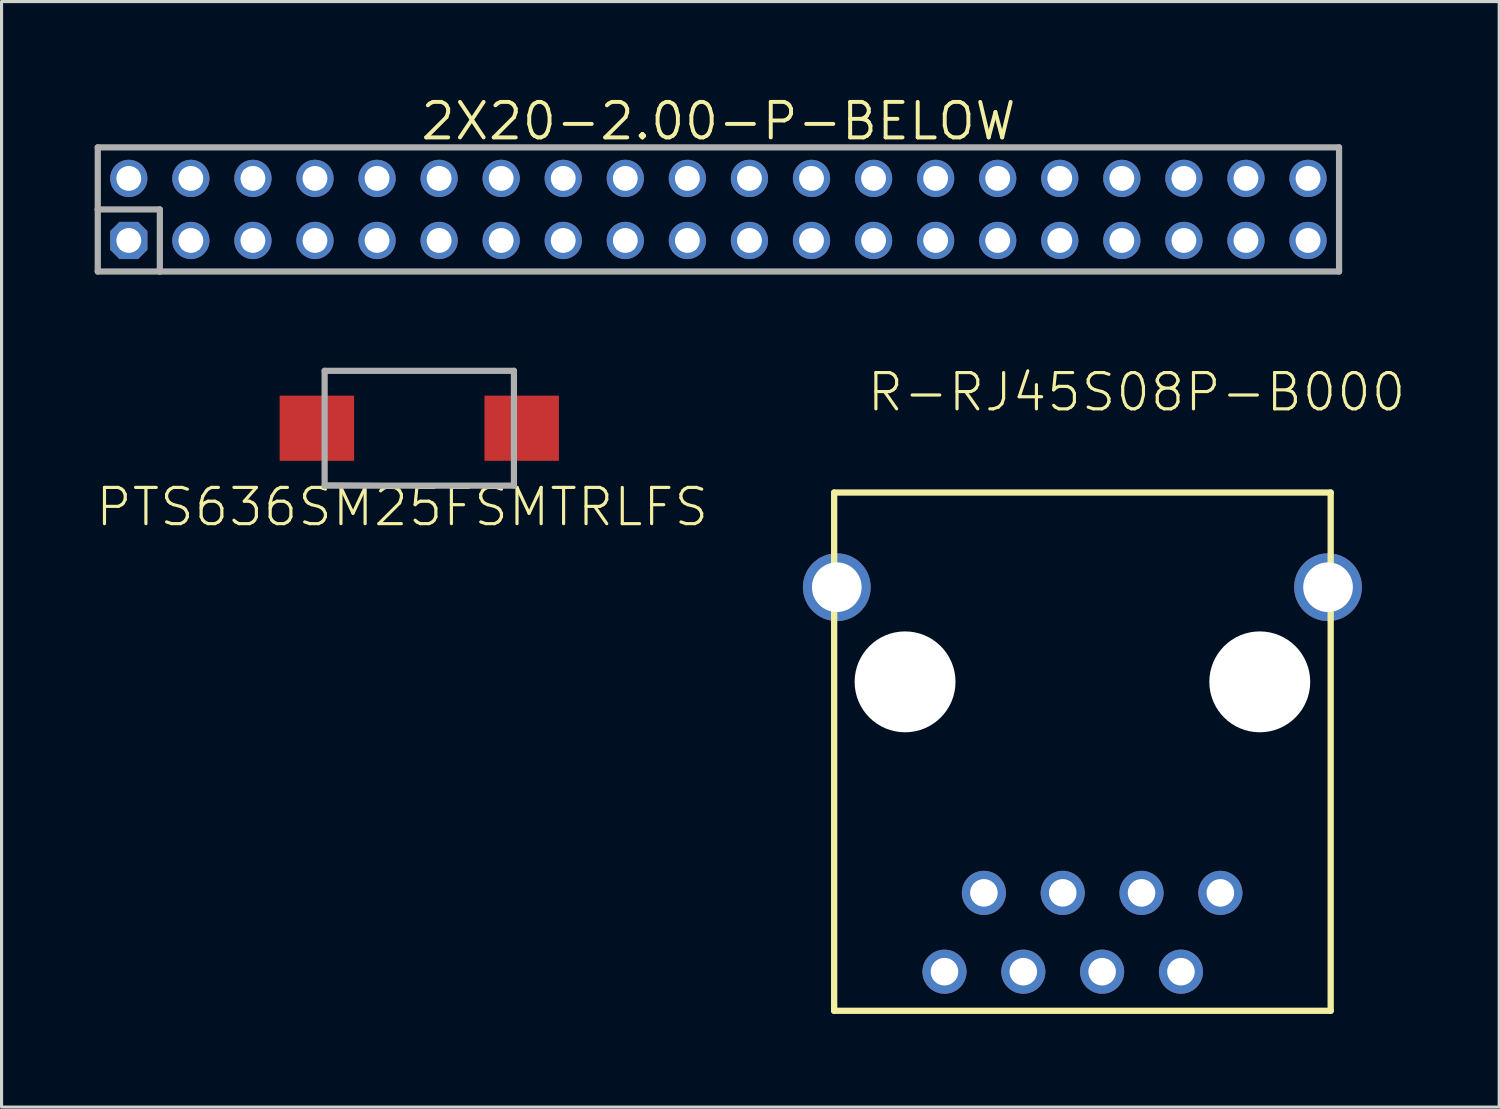
<source format=kicad_pcb>
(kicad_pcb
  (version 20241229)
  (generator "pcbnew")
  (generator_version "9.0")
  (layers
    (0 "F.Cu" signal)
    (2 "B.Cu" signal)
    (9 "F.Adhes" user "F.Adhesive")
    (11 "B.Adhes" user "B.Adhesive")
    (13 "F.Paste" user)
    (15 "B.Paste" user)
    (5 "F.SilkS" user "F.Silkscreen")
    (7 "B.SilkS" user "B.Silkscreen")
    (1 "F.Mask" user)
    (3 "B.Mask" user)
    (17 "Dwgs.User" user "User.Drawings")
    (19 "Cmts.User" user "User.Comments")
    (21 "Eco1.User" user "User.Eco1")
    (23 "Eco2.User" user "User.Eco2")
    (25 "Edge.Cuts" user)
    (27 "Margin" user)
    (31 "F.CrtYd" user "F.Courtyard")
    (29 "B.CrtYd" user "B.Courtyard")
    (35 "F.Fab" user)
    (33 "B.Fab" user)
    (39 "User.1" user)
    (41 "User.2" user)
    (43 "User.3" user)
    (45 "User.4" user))
  (footprint "PTS636SM25FSMTRLFS"
    (layer "F.Cu")
    (at 10.461 10.749)
    (property "Reference" "PTS636SM25FSMTRLFS" (at -0.55 2.54 0) (layer "F.SilkS") (effects (font (size 1.168 1.168) (thickness 0.102))))
    (fp_line (start -3.05 -1.85) (end 3.05 -1.85) (stroke (width 0.1) (type solid)) (layer "F.SilkS"))
    (fp_line (start -3.05 -1.2) (end -3.05 -1.85) (stroke (width 0.1) (type solid)) (layer "F.SilkS"))
    (fp_line (start -3.05 1.2) (end -3.05 1.8) (stroke (width 0.1) (type solid)) (layer "F.SilkS"))
    (fp_line (start -3.05 1.8) (end 3.05 1.85) (stroke (width 0.1) (type solid)) (layer "F.SilkS"))
    (fp_line (start 3.05 -1.85) (end 3.05 -1.2) (stroke (width 0.1) (type solid)) (layer "F.SilkS"))
    (fp_line (start 3.05 1.85) (end 3.05 1.2) (stroke (width 0.1) (type solid)) (layer "F.SilkS"))
    (fp_line (start -3.05 -1.85) (end 3.05 -1.85) (stroke (width 0.2) (type solid)) (layer "F.Fab"))
    (fp_line (start -3.05 1.85) (end -3.05 -1.85) (stroke (width 0.2) (type solid)) (layer "F.Fab"))
    (fp_line (start 3.05 -1.85) (end 3.05 1.85) (stroke (width 0.2) (type solid)) (layer "F.Fab"))
    (fp_line (start 3.05 1.85) (end -3.05 1.85) (stroke (width 0.2) (type solid)) (layer "F.Fab"))
    (pad "1" smd rect (at -3.3 0) (size 2.4 2.1) (layers "F.Cu" "F.Mask" "F.Paste"))
    (pad "2" smd rect (at 3.3 0) (size 2.4 2.1) (layers "F.Cu" "F.Mask" "F.Paste")))
  (footprint "R-RJ45S08P-B000"
    (layer "F.Cu")
    (at 31.83 15.872)
    (property "Reference" "R-RJ45S08P-B000" (at -7 -5.6 0) (layer "F.SilkS") (effects (font (size 1.168 1.168) (thickness 0.102)) (justify left bottom)))
    (fp_line (start -8 -3.05) (end 8 -3.05) (stroke (width 0.203) (type solid)) (layer "F.SilkS"))
    (fp_line (start -8 13.65) (end -8 -3.05) (stroke (width 0.203) (type solid)) (layer "F.SilkS"))
    (fp_line (start -8 13.65) (end 8 13.65) (stroke (width 0.203) (type solid)) (layer "F.SilkS"))
    (fp_line (start 8 13.65) (end 8 -3.05) (stroke (width 0.203) (type solid)) (layer "F.SilkS"))
    (pad "" np_thru_hole circle (at -5.715 3.05) (size 3.251 3.251) (drill 3.251) (layers "*.Cu" "*.Mask"))
    (pad "" np_thru_hole circle (at 5.715 3.05) (size 3.251 3.251) (drill 3.251) (layers "*.Cu" "*.Mask"))
    (pad "1" thru_hole circle (at 4.445 9.85) (size 1.422 1.422) (drill 0.889) (layers "*.Cu" "*.Mask"))
    (pad "2" thru_hole circle (at 3.175 12.39) (size 1.422 1.422) (drill 0.889) (layers "*.Cu" "*.Mask"))
    (pad "3" thru_hole circle (at 1.905 9.85) (size 1.422 1.422) (drill 0.889) (layers "*.Cu" "*.Mask"))
    (pad "4" thru_hole circle (at 0.635 12.39) (size 1.422 1.422) (drill 0.889) (layers "*.Cu" "*.Mask"))
    (pad "5" thru_hole circle (at -0.635 9.85) (size 1.422 1.422) (drill 0.889) (layers "*.Cu" "*.Mask"))
    (pad "6" thru_hole circle (at -1.905 12.39) (size 1.422 1.422) (drill 0.889) (layers "*.Cu" "*.Mask"))
    (pad "7" thru_hole circle (at -3.175 9.85) (size 1.422 1.422) (drill 0.889) (layers "*.Cu" "*.Mask"))
    (pad "8" thru_hole circle (at -4.445 12.39) (size 1.422 1.422) (drill 0.889) (layers "*.Cu" "*.Mask"))
    (pad "MH1" thru_hole circle (at -7.915 0) (size 2.184 2.184) (drill 1.6) (layers "*.Cu" "*.Mask"))
    (pad "MH2" thru_hole circle (at 7.915 0) (size 2.184 2.184) (drill 1.6) (layers "*.Cu" "*.Mask")))
  (footprint "2X20-2.00-P-BELOW"
    (layer "F.Cu")
    (at 20.1 3.699)
    (property "Reference" "2X20-2.00-P-BELOW" (at 0 -2.175 0) (layer "F.SilkS") (effects (font (size 1.143 1.143) (thickness 0.127)) (justify bottom)))
    (fp_line (start -20 -2) (end -20 0) (stroke (width 0.152) (type solid)) (layer "F.SilkS"))
    (fp_line (start -20 -2) (end 20 -2) (stroke (width 0.152) (type solid)) (layer "F.SilkS"))
    (fp_line (start -20 0) (end -18 0) (stroke (width 0.152) (type solid)) (layer "F.SilkS"))
    (fp_line (start -20 2) (end -20 0) (stroke (width 0.152) (type solid)) (layer "F.SilkS"))
    (fp_line (start -18 0) (end -18 2) (stroke (width 0.152) (type solid)) (layer "F.SilkS"))
    (fp_line (start -18 2) (end -20 2) (stroke (width 0.152) (type solid)) (layer "F.SilkS"))
    (fp_line (start 20 -2) (end 20 2) (stroke (width 0.152) (type solid)) (layer "F.SilkS"))
    (fp_line (start 20 2) (end -18 2) (stroke (width 0.152) (type solid)) (layer "F.SilkS"))
    (fp_line (start -20 -2) (end 20 -2) (stroke (width 0.2) (type solid)) (layer "F.Fab"))
    (fp_line (start -20 0) (end -20 -2) (stroke (width 0.2) (type solid)) (layer "F.Fab"))
    (fp_line (start -20 0) (end -18 0) (stroke (width 0.2) (type solid)) (layer "F.Fab"))
    (fp_line (start -20 2) (end -20 0) (stroke (width 0.2) (type solid)) (layer "F.Fab"))
    (fp_line (start -18 0) (end -18 2) (stroke (width 0.2) (type solid)) (layer "F.Fab"))
    (fp_line (start -18 2) (end -20 2) (stroke (width 0.2) (type solid)) (layer "F.Fab"))
    (fp_line (start 20 -2) (end 20 2) (stroke (width 0.2) (type solid)) (layer "F.Fab"))
    (fp_line (start 20 2) (end -18 2) (stroke (width 0.2) (type solid)) (layer "F.Fab"))
    (fp_poly (pts (xy -19.254 -0.746) (xy -18.746 -0.746) (xy -18.746 -1.254) (xy -19.254 -1.254)) (stroke (width 0.1) (type solid)) (fill no) (layer "F.Fab"))
    (fp_poly (pts (xy -19.254 1.254) (xy -18.746 1.254) (xy -18.746 0.746) (xy -19.254 0.746)) (stroke (width 0.1) (type solid)) (fill no) (layer "F.Fab"))
    (fp_poly (pts (xy -17.254 -0.746) (xy -16.746 -0.746) (xy -16.746 -1.254) (xy -17.254 -1.254)) (stroke (width 0.1) (type solid)) (fill no) (layer "F.Fab"))
    (fp_poly (pts (xy -17.254 1.254) (xy -16.746 1.254) (xy -16.746 0.746) (xy -17.254 0.746)) (stroke (width 0.1) (type solid)) (fill no) (layer "F.Fab"))
    (fp_poly (pts (xy -15.254 -0.746) (xy -14.746 -0.746) (xy -14.746 -1.254) (xy -15.254 -1.254)) (stroke (width 0.1) (type solid)) (fill no) (layer "F.Fab"))
    (fp_poly (pts (xy -15.254 1.254) (xy -14.746 1.254) (xy -14.746 0.746) (xy -15.254 0.746)) (stroke (width 0.1) (type solid)) (fill no) (layer "F.Fab"))
    (fp_poly (pts (xy -13.254 -0.746) (xy -12.746 -0.746) (xy -12.746 -1.254) (xy -13.254 -1.254)) (stroke (width 0.1) (type solid)) (fill no) (layer "F.Fab"))
    (fp_poly (pts (xy -13.254 1.254) (xy -12.746 1.254) (xy -12.746 0.746) (xy -13.254 0.746)) (stroke (width 0.1) (type solid)) (fill no) (layer "F.Fab"))
    (fp_poly (pts (xy -11.254 -0.746) (xy -10.746 -0.746) (xy -10.746 -1.254) (xy -11.254 -1.254)) (stroke (width 0.1) (type solid)) (fill no) (layer "F.Fab"))
    (fp_poly (pts (xy -11.254 1.254) (xy -10.746 1.254) (xy -10.746 0.746) (xy -11.254 0.746)) (stroke (width 0.1) (type solid)) (fill no) (layer "F.Fab"))
    (fp_poly (pts (xy -9.254 -0.746) (xy -8.746 -0.746) (xy -8.746 -1.254) (xy -9.254 -1.254)) (stroke (width 0.1) (type solid)) (fill no) (layer "F.Fab"))
    (fp_poly (pts (xy -9.254 1.254) (xy -8.746 1.254) (xy -8.746 0.746) (xy -9.254 0.746)) (stroke (width 0.1) (type solid)) (fill no) (layer "F.Fab"))
    (fp_poly (pts (xy -7.254 -0.746) (xy -6.746 -0.746) (xy -6.746 -1.254) (xy -7.254 -1.254)) (stroke (width 0.1) (type solid)) (fill no) (layer "F.Fab"))
    (fp_poly (pts (xy -7.254 1.254) (xy -6.746 1.254) (xy -6.746 0.746) (xy -7.254 0.746)) (stroke (width 0.1) (type solid)) (fill no) (layer "F.Fab"))
    (fp_poly (pts (xy -5.254 -0.746) (xy -4.746 -0.746) (xy -4.746 -1.254) (xy -5.254 -1.254)) (stroke (width 0.1) (type solid)) (fill no) (layer "F.Fab"))
    (fp_poly (pts (xy -5.254 1.254) (xy -4.746 1.254) (xy -4.746 0.746) (xy -5.254 0.746)) (stroke (width 0.1) (type solid)) (fill no) (layer "F.Fab"))
    (fp_poly (pts (xy -3.254 -0.746) (xy -2.746 -0.746) (xy -2.746 -1.254) (xy -3.254 -1.254)) (stroke (width 0.1) (type solid)) (fill no) (layer "F.Fab"))
    (fp_poly (pts (xy -3.254 1.254) (xy -2.746 1.254) (xy -2.746 0.746) (xy -3.254 0.746)) (stroke (width 0.1) (type solid)) (fill no) (layer "F.Fab"))
    (fp_poly (pts (xy -1.254 -0.746) (xy -0.746 -0.746) (xy -0.746 -1.254) (xy -1.254 -1.254)) (stroke (width 0.1) (type solid)) (fill no) (layer "F.Fab"))
    (fp_poly (pts (xy -1.254 1.254) (xy -0.746 1.254) (xy -0.746 0.746) (xy -1.254 0.746)) (stroke (width 0.1) (type solid)) (fill no) (layer "F.Fab"))
    (fp_poly (pts (xy 0.746 -0.746) (xy 1.254 -0.746) (xy 1.254 -1.254) (xy 0.746 -1.254)) (stroke (width 0.1) (type solid)) (fill no) (layer "F.Fab"))
    (fp_poly (pts (xy 0.746 1.254) (xy 1.254 1.254) (xy 1.254 0.746) (xy 0.746 0.746)) (stroke (width 0.1) (type solid)) (fill no) (layer "F.Fab"))
    (fp_poly (pts (xy 2.746 -0.746) (xy 3.254 -0.746) (xy 3.254 -1.254) (xy 2.746 -1.254)) (stroke (width 0.1) (type solid)) (fill no) (layer "F.Fab"))
    (fp_poly (pts (xy 2.746 1.254) (xy 3.254 1.254) (xy 3.254 0.746) (xy 2.746 0.746)) (stroke (width 0.1) (type solid)) (fill no) (layer "F.Fab"))
    (fp_poly (pts (xy 4.746 -0.746) (xy 5.254 -0.746) (xy 5.254 -1.254) (xy 4.746 -1.254)) (stroke (width 0.1) (type solid)) (fill no) (layer "F.Fab"))
    (fp_poly (pts (xy 4.746 1.254) (xy 5.254 1.254) (xy 5.254 0.746) (xy 4.746 0.746)) (stroke (width 0.1) (type solid)) (fill no) (layer "F.Fab"))
    (fp_poly (pts (xy 6.746 -0.746) (xy 7.254 -0.746) (xy 7.254 -1.254) (xy 6.746 -1.254)) (stroke (width 0.1) (type solid)) (fill no) (layer "F.Fab"))
    (fp_poly (pts (xy 6.746 1.254) (xy 7.254 1.254) (xy 7.254 0.746) (xy 6.746 0.746)) (stroke (width 0.1) (type solid)) (fill no) (layer "F.Fab"))
    (fp_poly (pts (xy 8.746 -0.746) (xy 9.254 -0.746) (xy 9.254 -1.254) (xy 8.746 -1.254)) (stroke (width 0.1) (type solid)) (fill no) (layer "F.Fab"))
    (fp_poly (pts (xy 8.746 1.254) (xy 9.254 1.254) (xy 9.254 0.746) (xy 8.746 0.746)) (stroke (width 0.1) (type solid)) (fill no) (layer "F.Fab"))
    (fp_poly (pts (xy 10.746 -0.746) (xy 11.254 -0.746) (xy 11.254 -1.254) (xy 10.746 -1.254)) (stroke (width 0.1) (type solid)) (fill no) (layer "F.Fab"))
    (fp_poly (pts (xy 10.746 1.254) (xy 11.254 1.254) (xy 11.254 0.746) (xy 10.746 0.746)) (stroke (width 0.1) (type solid)) (fill no) (layer "F.Fab"))
    (fp_poly (pts (xy 12.746 -0.746) (xy 13.254 -0.746) (xy 13.254 -1.254) (xy 12.746 -1.254)) (stroke (width 0.1) (type solid)) (fill no) (layer "F.Fab"))
    (fp_poly (pts (xy 12.746 1.254) (xy 13.254 1.254) (xy 13.254 0.746) (xy 12.746 0.746)) (stroke (width 0.1) (type solid)) (fill no) (layer "F.Fab"))
    (fp_poly (pts (xy 14.746 -0.746) (xy 15.254 -0.746) (xy 15.254 -1.254) (xy 14.746 -1.254)) (stroke (width 0.1) (type solid)) (fill no) (layer "F.Fab"))
    (fp_poly (pts (xy 14.746 1.254) (xy 15.254 1.254) (xy 15.254 0.746) (xy 14.746 0.746)) (stroke (width 0.1) (type solid)) (fill no) (layer "F.Fab"))
    (fp_poly (pts (xy 16.746 -0.746) (xy 17.254 -0.746) (xy 17.254 -1.254) (xy 16.746 -1.254)) (stroke (width 0.1) (type solid)) (fill no) (layer "F.Fab"))
    (fp_poly (pts (xy 16.746 1.254) (xy 17.254 1.254) (xy 17.254 0.746) (xy 16.746 0.746)) (stroke (width 0.1) (type solid)) (fill no) (layer "F.Fab"))
    (fp_poly (pts (xy 18.746 -0.746) (xy 19.254 -0.746) (xy 19.254 -1.254) (xy 18.746 -1.254)) (stroke (width 0.1) (type solid)) (fill no) (layer "F.Fab"))
    (fp_poly (pts (xy 18.746 1.254) (xy 19.254 1.254) (xy 19.254 0.746) (xy 18.746 0.746)) (stroke (width 0.1) (type solid)) (fill no) (layer "F.Fab"))
    (pad "1" thru_hole roundrect (at -19 1) (size 1.2 1.2) (drill 0.8) (layers "*.Cu" "*.Mask") (roundrect_rratio 0.25) (chamfer_ratio 0.25) (chamfer top_left top_right bottom_left bottom_right))
    (pad "2" thru_hole circle (at -19 -1) (size 1.2 1.2) (drill 0.8) (layers "*.Cu" "*.Mask"))
    (pad "3" thru_hole circle (at -17 1) (size 1.2 1.2) (drill 0.8) (layers "*.Cu" "*.Mask"))
    (pad "4" thru_hole circle (at -17 -1) (size 1.2 1.2) (drill 0.8) (layers "*.Cu" "*.Mask"))
    (pad "5" thru_hole circle (at -15 1) (size 1.2 1.2) (drill 0.8) (layers "*.Cu" "*.Mask"))
    (pad "6" thru_hole circle (at -15 -1) (size 1.2 1.2) (drill 0.8) (layers "*.Cu" "*.Mask"))
    (pad "7" thru_hole circle (at -13 1) (size 1.2 1.2) (drill 0.8) (layers "*.Cu" "*.Mask"))
    (pad "8" thru_hole circle (at -13 -1) (size 1.2 1.2) (drill 0.8) (layers "*.Cu" "*.Mask"))
    (pad "9" thru_hole circle (at -11 1) (size 1.2 1.2) (drill 0.8) (layers "*.Cu" "*.Mask"))
    (pad "10" thru_hole circle (at -11 -1) (size 1.2 1.2) (drill 0.8) (layers "*.Cu" "*.Mask"))
    (pad "11" thru_hole circle (at -9 1) (size 1.2 1.2) (drill 0.8) (layers "*.Cu" "*.Mask"))
    (pad "12" thru_hole circle (at -9 -1) (size 1.2 1.2) (drill 0.8) (layers "*.Cu" "*.Mask"))
    (pad "13" thru_hole circle (at -7 1) (size 1.2 1.2) (drill 0.8) (layers "*.Cu" "*.Mask"))
    (pad "14" thru_hole circle (at -7 -1) (size 1.2 1.2) (drill 0.8) (layers "*.Cu" "*.Mask"))
    (pad "15" thru_hole circle (at -5 1) (size 1.2 1.2) (drill 0.8) (layers "*.Cu" "*.Mask"))
    (pad "16" thru_hole circle (at -5 -1) (size 1.2 1.2) (drill 0.8) (layers "*.Cu" "*.Mask"))
    (pad "17" thru_hole circle (at -3 1) (size 1.2 1.2) (drill 0.8) (layers "*.Cu" "*.Mask"))
    (pad "18" thru_hole circle (at -3 -1) (size 1.2 1.2) (drill 0.8) (layers "*.Cu" "*.Mask"))
    (pad "19" thru_hole circle (at -1 1) (size 1.2 1.2) (drill 0.8) (layers "*.Cu" "*.Mask"))
    (pad "20" thru_hole circle (at -1 -1) (size 1.2 1.2) (drill 0.8) (layers "*.Cu" "*.Mask"))
    (pad "21" thru_hole circle (at 1 1) (size 1.2 1.2) (drill 0.8) (layers "*.Cu" "*.Mask"))
    (pad "22" thru_hole circle (at 1 -1) (size 1.2 1.2) (drill 0.8) (layers "*.Cu" "*.Mask"))
    (pad "23" thru_hole circle (at 3 1) (size 1.2 1.2) (drill 0.8) (layers "*.Cu" "*.Mask"))
    (pad "24" thru_hole circle (at 3 -1) (size 1.2 1.2) (drill 0.8) (layers "*.Cu" "*.Mask"))
    (pad "25" thru_hole circle (at 5 1) (size 1.2 1.2) (drill 0.8) (layers "*.Cu" "*.Mask"))
    (pad "26" thru_hole circle (at 5 -1) (size 1.2 1.2) (drill 0.8) (layers "*.Cu" "*.Mask"))
    (pad "27" thru_hole circle (at 7 1) (size 1.2 1.2) (drill 0.8) (layers "*.Cu" "*.Mask"))
    (pad "28" thru_hole circle (at 7 -1) (size 1.2 1.2) (drill 0.8) (layers "*.Cu" "*.Mask"))
    (pad "29" thru_hole circle (at 9 1) (size 1.2 1.2) (drill 0.8) (layers "*.Cu" "*.Mask"))
    (pad "30" thru_hole circle (at 9 -1) (size 1.2 1.2) (drill 0.8) (layers "*.Cu" "*.Mask"))
    (pad "31" thru_hole circle (at 11 1) (size 1.2 1.2) (drill 0.8) (layers "*.Cu" "*.Mask"))
    (pad "32" thru_hole circle (at 11 -1) (size 1.2 1.2) (drill 0.8) (layers "*.Cu" "*.Mask"))
    (pad "33" thru_hole circle (at 13 1) (size 1.2 1.2) (drill 0.8) (layers "*.Cu" "*.Mask"))
    (pad "34" thru_hole circle (at 13 -1) (size 1.2 1.2) (drill 0.8) (layers "*.Cu" "*.Mask"))
    (pad "35" thru_hole circle (at 15 1) (size 1.2 1.2) (drill 0.8) (layers "*.Cu" "*.Mask"))
    (pad "36" thru_hole circle (at 15 -1) (size 1.2 1.2) (drill 0.8) (layers "*.Cu" "*.Mask"))
    (pad "37" thru_hole circle (at 17 1) (size 1.2 1.2) (drill 0.8) (layers "*.Cu" "*.Mask"))
    (pad "38" thru_hole circle (at 17 -1) (size 1.2 1.2) (drill 0.8) (layers "*.Cu" "*.Mask"))
    (pad "39" thru_hole circle (at 19 1) (size 1.2 1.2) (drill 0.8) (layers "*.Cu" "*.Mask"))
    (pad "40" thru_hole circle (at 19 -1) (size 1.2 1.2) (drill 0.8) (layers "*.Cu" "*.Mask")))
  (gr_rect
    (start -3 -3)
    (end 45.26 32.624)
    (stroke (width 0.1) (type default))
    (fill no)
    (layer "Edge.Cuts")))
</source>
